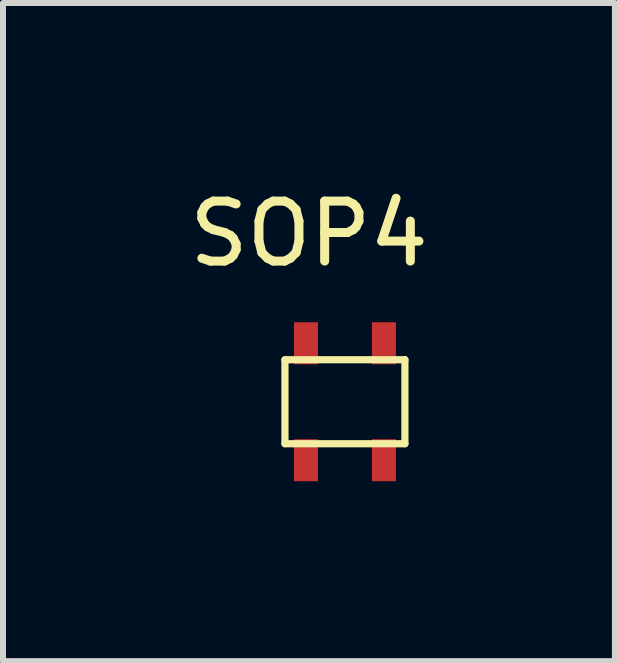
<source format=kicad_pcb>
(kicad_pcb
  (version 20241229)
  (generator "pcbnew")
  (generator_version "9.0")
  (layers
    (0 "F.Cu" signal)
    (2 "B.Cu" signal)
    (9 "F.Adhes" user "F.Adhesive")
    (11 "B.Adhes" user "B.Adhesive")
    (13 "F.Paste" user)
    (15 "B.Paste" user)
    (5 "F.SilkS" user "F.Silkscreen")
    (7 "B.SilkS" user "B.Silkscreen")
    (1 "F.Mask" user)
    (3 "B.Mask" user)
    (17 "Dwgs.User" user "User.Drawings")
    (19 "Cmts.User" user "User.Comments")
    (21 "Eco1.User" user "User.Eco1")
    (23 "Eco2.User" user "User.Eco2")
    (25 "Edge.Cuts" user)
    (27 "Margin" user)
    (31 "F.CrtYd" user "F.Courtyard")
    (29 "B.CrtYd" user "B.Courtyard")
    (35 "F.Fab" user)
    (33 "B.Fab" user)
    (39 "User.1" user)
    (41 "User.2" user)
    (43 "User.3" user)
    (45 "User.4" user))
  (footprint "SOP4"
    (layer "F.Cu")
    (at 2.701 3.648)
    (property "Reference" "SOP4" (at -0.6 -2.8 0) (layer "F.SilkS") (effects (font (size 1 1) (thickness 0.15))))
    (attr through_hole)
    (fp_line (start -1 -0.7) (end -1 0.7) (stroke (width 0.12) (type solid)) (layer "F.SilkS"))
    (fp_line (start -1 0.7) (end 1 0.7) (stroke (width 0.12) (type solid)) (layer "F.SilkS"))
    (fp_line (start 1 -0.7) (end -1 -0.7) (stroke (width 0.12) (type solid)) (layer "F.SilkS"))
    (fp_line (start 1 0.7) (end 1 -0.7) (stroke (width 0.12) (type solid)) (layer "F.SilkS"))
    (pad "1" smd rect (at -0.65 0.625) (size 0.4 0.7) (drill (offset 0 0.35)) (layers "F.Cu" "F.Mask" "F.Paste"))
    (pad "2" smd rect (at 0.65 0.625) (size 0.4 0.7) (drill (offset 0 0.35)) (layers "F.Cu" "F.Mask" "F.Paste"))
    (pad "3" smd rect (at 0.65 -0.625 180) (size 0.4 0.7) (drill (offset 0 0.35)) (layers "F.Cu" "F.Mask" "F.Paste"))
    (pad "4" smd rect (at -0.65 -0.625 180) (size 0.4 0.7) (drill (offset 0 0.35)) (layers "F.Cu" "F.Mask" "F.Paste")))
  (gr_rect
    (start -3 -3)
    (end 7.202 7.973)
    (stroke (width 0.1) (type default))
    (fill no)
    (layer "Edge.Cuts")))
</source>
